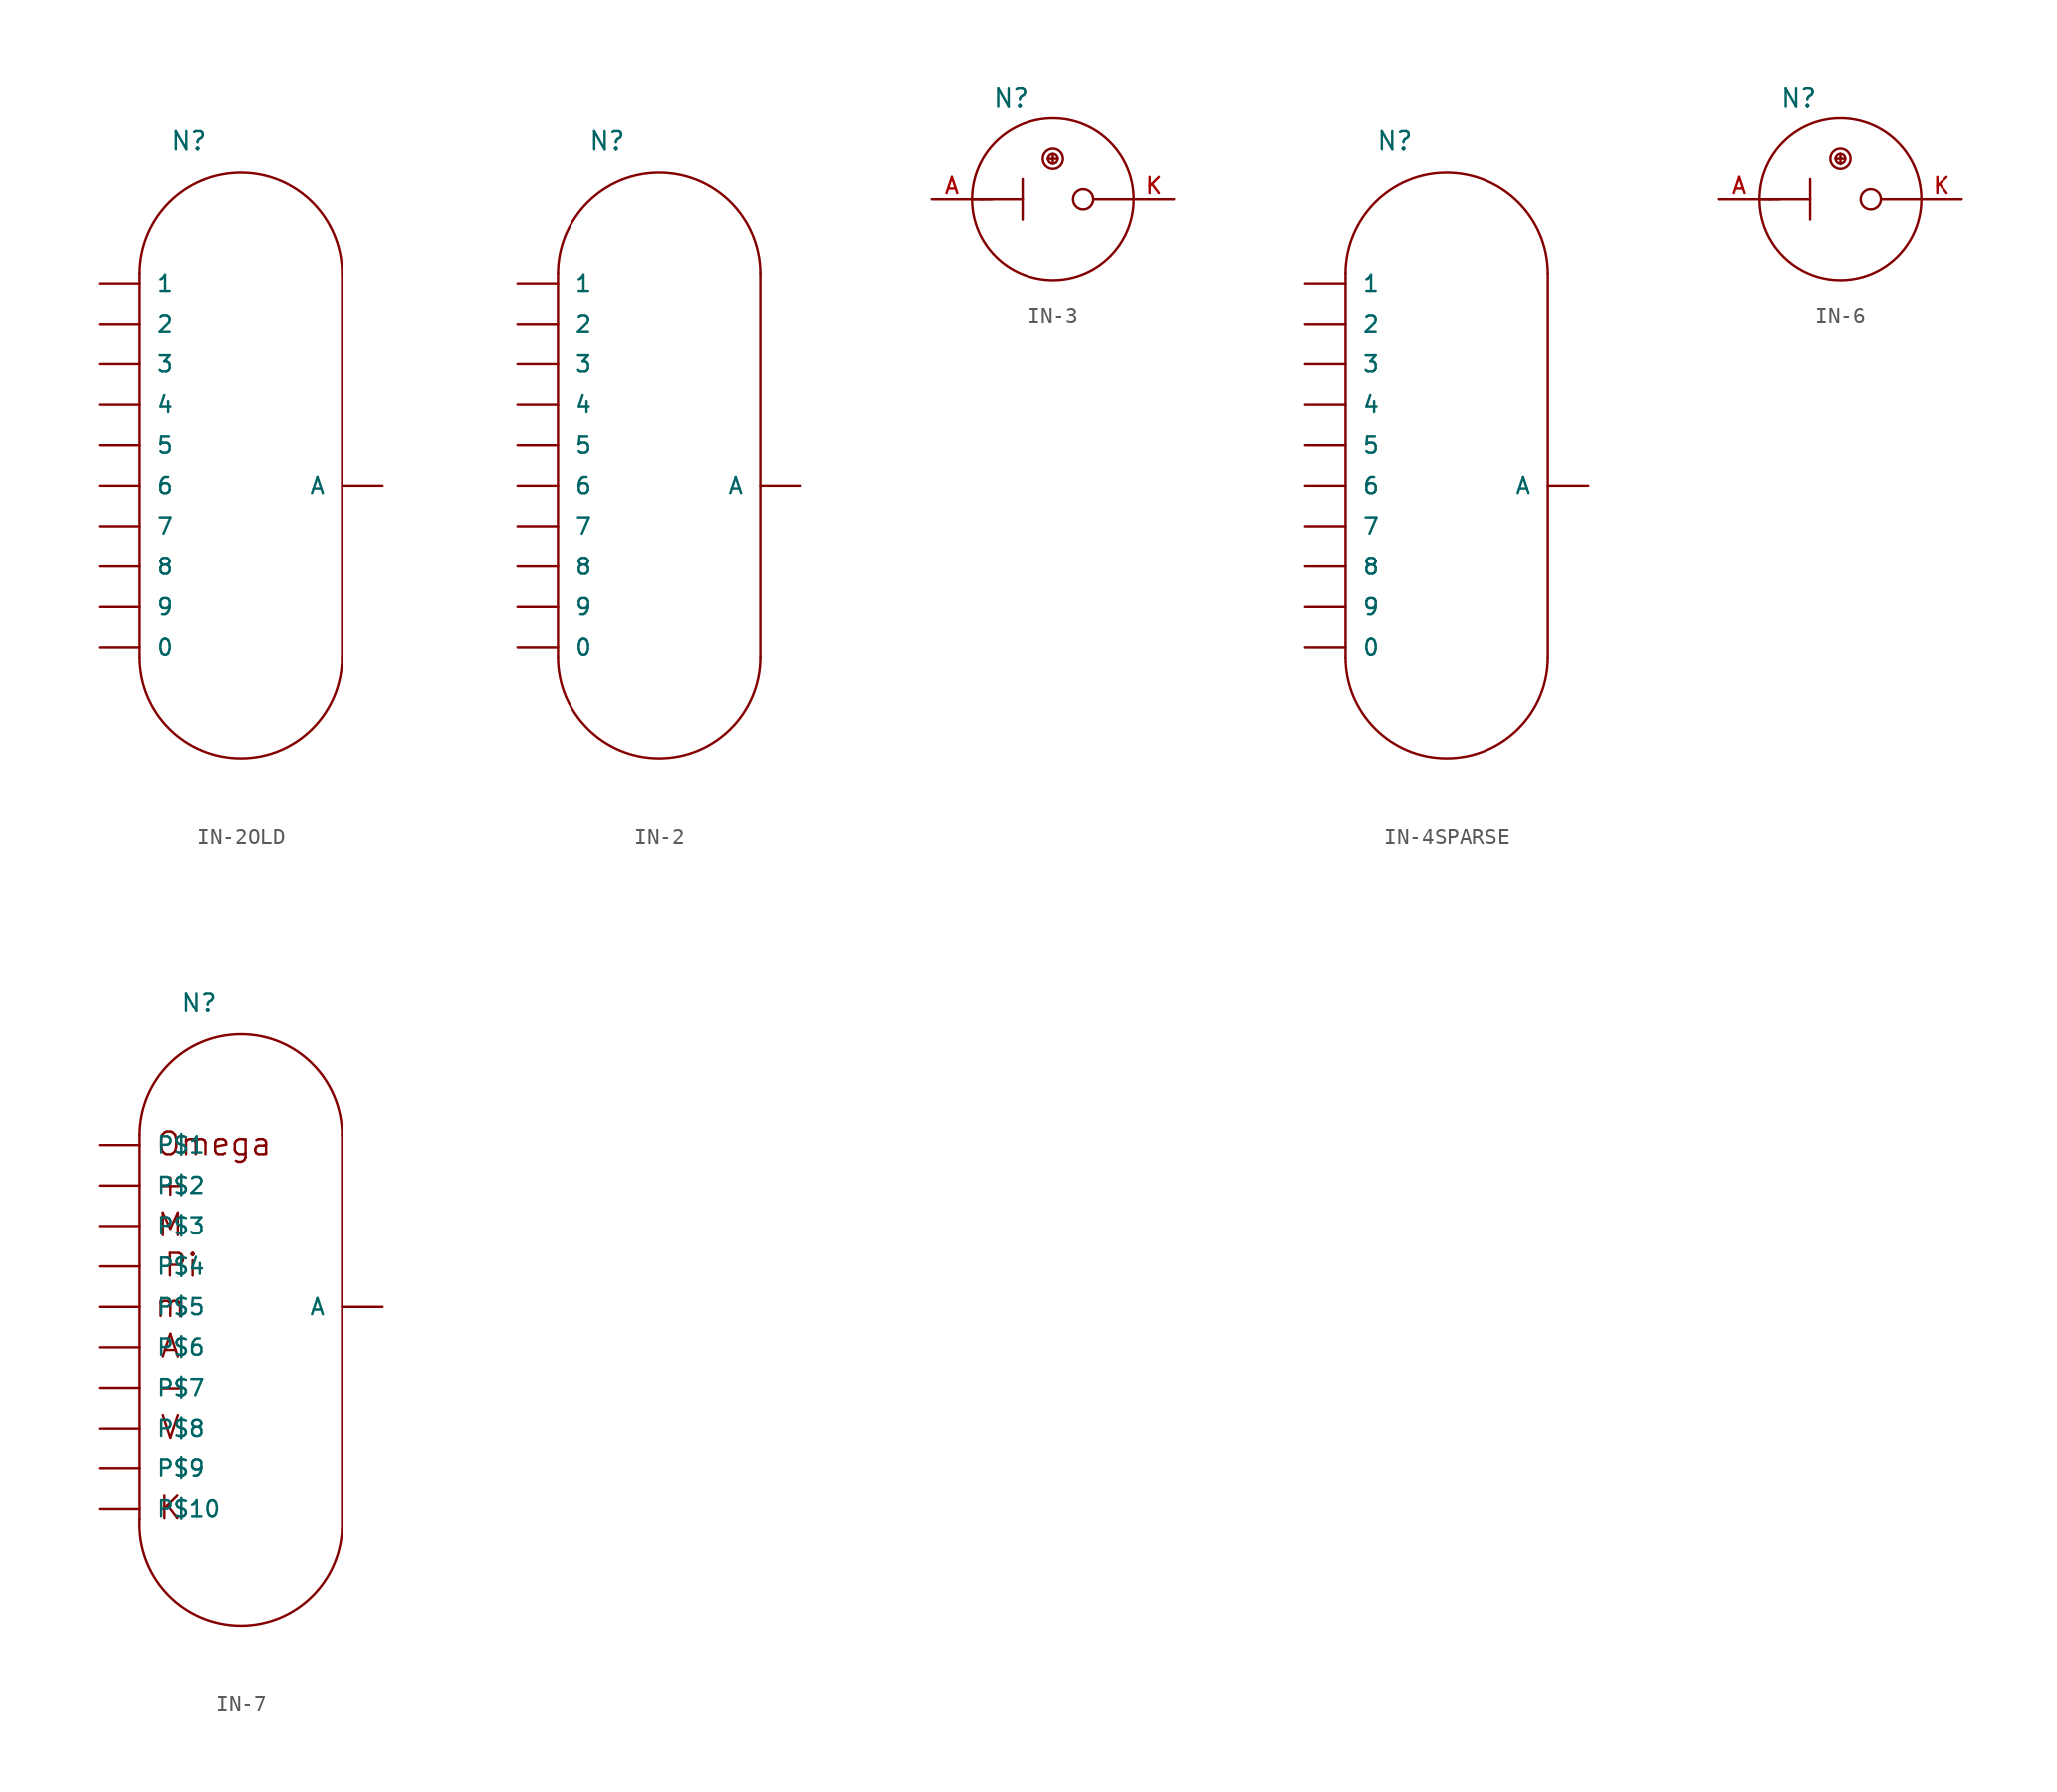
<source format=kicad_sym>
(kicad_symbol_lib
  (version 20211014)
  (generator kicad_symbol_editor)
  (symbol "IN-2OLD"
    (pin_numbers hide)
    (pin_names
      (offset 1.016))
    (property "Reference" "N"
      (at -5.715 20.955 0)
      (effects (font (size 1.143 1.143)) (justify left bottom)))
    (property "ki_locked" ""
      (at 0 0 0)
      (effects (font (size 1.27 1.27))))
    (symbol "IN-2OLD_1_0"
      (polyline (pts (xy -7.62 -10.795) (xy -7.62 13.335)) (stroke (width 0) (type default) (color 0 0 0 0)) (fill (type none)))
      (polyline (pts (xy 5.08 -10.795) (xy 5.08 13.335)) (stroke (width 0) (type default) (color 0 0 0 0)) (fill (type none))))
    (symbol "IN-2OLD_1_1"
      (arc (start -7.62 -10.795) (mid -1.27 -17.145) (end 5.08 -10.795) (stroke (width 0) (type default) (color 0 0 0 0)) (fill (type none)))
      (arc (start 5.08 13.335) (mid -1.27 19.685) (end -7.62 13.335) (stroke (width 0) (type default) (color 0 0 0 0)) (fill (type none)))
      (pin bidirectional line (at -10.16 -10.16 0) (length 2.54) (name "0" (effects (font (size 1.016 1.016)))) (number "0" (effects (font (size 1.016 1.016)))))
      (pin bidirectional line (at -10.16 12.7 0) (length 2.54) (name "1" (effects (font (size 1.016 1.016)))) (number "1" (effects (font (size 1.016 1.016)))))
      (pin bidirectional line (at -10.16 10.16 0) (length 2.54) (name "2" (effects (font (size 1.016 1.016)))) (number "2" (effects (font (size 1.016 1.016)))))
      (pin bidirectional line (at -10.16 7.62 0) (length 2.54) (name "3" (effects (font (size 1.016 1.016)))) (number "3" (effects (font (size 1.016 1.016)))))
      (pin bidirectional line (at -10.16 5.08 0) (length 2.54) (name "4" (effects (font (size 1.016 1.016)))) (number "4" (effects (font (size 1.016 1.016)))))
      (pin bidirectional line (at -10.16 2.54 0) (length 2.54) (name "5" (effects (font (size 1.016 1.016)))) (number "5" (effects (font (size 1.016 1.016)))))
      (pin bidirectional line (at -10.16 0 0) (length 2.54) (name "6" (effects (font (size 1.016 1.016)))) (number "6" (effects (font (size 1.016 1.016)))))
      (pin bidirectional line (at -10.16 -2.54 0) (length 2.54) (name "7" (effects (font (size 1.016 1.016)))) (number "7" (effects (font (size 1.016 1.016)))))
      (pin bidirectional line (at -10.16 -5.08 0) (length 2.54) (name "8" (effects (font (size 1.016 1.016)))) (number "8" (effects (font (size 1.016 1.016)))))
      (pin bidirectional line (at -10.16 -7.62 0) (length 2.54) (name "9" (effects (font (size 1.016 1.016)))) (number "9" (effects (font (size 1.016 1.016)))))
      (pin bidirectional line (at 7.62 0 180) (length 2.54) (name "A" (effects (font (size 1.016 1.016)))) (number "A" (effects (font (size 1.016 1.016)))))))
  (symbol "IN-2"
    (pin_numbers hide)
    (pin_names
      (offset 1.016))
    (property "Reference" "N"
      (at -5.715 20.955 0)
      (effects (font (size 1.143 1.143)) (justify left bottom)))
    (property "ki_locked" ""
      (at 0 0 0)
      (effects (font (size 1.27 1.27))))
    (symbol "IN-2_1_0"
      (polyline (pts (xy -7.62 -10.795) (xy -7.62 13.335)) (stroke (width 0) (type default) (color 0 0 0 0)) (fill (type none)))
      (polyline (pts (xy 5.08 -10.795) (xy 5.08 13.335)) (stroke (width 0) (type default) (color 0 0 0 0)) (fill (type none))))
    (symbol "IN-2_1_1"
      (arc (start -7.62 -10.795) (mid -1.27 -17.145) (end 5.08 -10.795) (stroke (width 0) (type default) (color 0 0 0 0)) (fill (type none)))
      (arc (start 5.08 13.335) (mid -1.27 19.685) (end -7.62 13.335) (stroke (width 0) (type default) (color 0 0 0 0)) (fill (type none)))
      (pin bidirectional line (at -10.16 -10.16 0) (length 2.54) (name "0" (effects (font (size 1.016 1.016)))) (number "0" (effects (font (size 1.016 1.016)))))
      (pin bidirectional line (at -10.16 12.7 0) (length 2.54) (name "1" (effects (font (size 1.016 1.016)))) (number "1" (effects (font (size 1.016 1.016)))))
      (pin bidirectional line (at -10.16 10.16 0) (length 2.54) (name "2" (effects (font (size 1.016 1.016)))) (number "2" (effects (font (size 1.016 1.016)))))
      (pin bidirectional line (at -10.16 7.62 0) (length 2.54) (name "3" (effects (font (size 1.016 1.016)))) (number "3" (effects (font (size 1.016 1.016)))))
      (pin bidirectional line (at -10.16 5.08 0) (length 2.54) (name "4" (effects (font (size 1.016 1.016)))) (number "4" (effects (font (size 1.016 1.016)))))
      (pin bidirectional line (at -10.16 2.54 0) (length 2.54) (name "5" (effects (font (size 1.016 1.016)))) (number "5" (effects (font (size 1.016 1.016)))))
      (pin bidirectional line (at -10.16 0 0) (length 2.54) (name "6" (effects (font (size 1.016 1.016)))) (number "6" (effects (font (size 1.016 1.016)))))
      (pin bidirectional line (at -10.16 -2.54 0) (length 2.54) (name "7" (effects (font (size 1.016 1.016)))) (number "7" (effects (font (size 1.016 1.016)))))
      (pin bidirectional line (at -10.16 -5.08 0) (length 2.54) (name "8" (effects (font (size 1.016 1.016)))) (number "8" (effects (font (size 1.016 1.016)))))
      (pin bidirectional line (at -10.16 -7.62 0) (length 2.54) (name "9" (effects (font (size 1.016 1.016)))) (number "9" (effects (font (size 1.016 1.016)))))
      (pin bidirectional line (at 7.62 0 180) (length 2.54) (name "A" (effects (font (size 1.016 1.016)))) (number "A" (effects (font (size 1.016 1.016)))))))
  (symbol "IN-3"
    (pin_names
      (offset 1.016) hide)
    (property "Reference" "N"
      (at 1.27 3.175 0)
      (effects (font (size 1.143 1.143)) (justify left bottom)))
    (property "ki_locked" ""
      (at 0 0 0)
      (effects (font (size 1.27 1.27))))
    (symbol "IN-3_1_0"
      (polyline (pts (xy 0 -2.54) (xy 0.635 -2.54)) (stroke (width 0) (type default) (color 0 0 0 0)) (fill (type none)))
      (polyline (pts (xy 0.635 -2.54) (xy 0 -2.54)) (stroke (width 0) (type default) (color 0 0 0 0)) (fill (type none)))
      (polyline (pts (xy 0.635 -2.54) (xy 3.175 -2.54)) (stroke (width 0) (type default) (color 0 0 0 0)) (fill (type none)))
      (polyline (pts (xy 1.27 -2.54) (xy 0.635 -2.54)) (stroke (width 0) (type default) (color 0 0 0 0)) (fill (type none)))
      (polyline (pts (xy 3.175 -2.54) (xy 3.175 -3.81)) (stroke (width 0) (type default) (color 0 0 0 0)) (fill (type none)))
      (polyline (pts (xy 3.175 -2.54) (xy 3.175 -1.27)) (stroke (width 0) (type default) (color 0 0 0 0)) (fill (type none)))
      (polyline (pts (xy 4.75 0) (xy 5.08 0)) (stroke (width 0) (type default) (color 0 0 0 0)) (fill (type none)))
      (polyline (pts (xy 5.08 0) (xy 5.08 -0.305)) (stroke (width 0) (type default) (color 0 0 0 0)) (fill (type none)))
      (polyline (pts (xy 5.08 0) (xy 5.08 0.305)) (stroke (width 0) (type default) (color 0 0 0 0)) (fill (type none)))
      (polyline (pts (xy 5.08 0) (xy 5.385 0)) (stroke (width 0) (type default) (color 0 0 0 0)) (fill (type none)))
      (polyline (pts (xy 10.16 -2.54) (xy 7.62 -2.54)) (stroke (width 0) (type default) (color 0 0 0 0)) (fill (type none))))
    (symbol "IN-3_1_1"
      (circle (center 5.08 -2.54) (radius 5.08) (stroke (width 0) (type default) (color 0 0 0 0)) (fill (type none)))
      (circle (center 5.08 0) (radius 0.305) (stroke (width 0) (type default) (color 0 0 0 0)) (fill (type none)))
      (circle (center 5.08 0) (radius 0.635) (stroke (width 0) (type default) (color 0 0 0 0)) (fill (type none)))
      (circle (center 6.985 -2.54) (radius 0.635) (stroke (width 0) (type default) (color 0 0 0 0)) (fill (type none)))
      (pin bidirectional line (at -2.54 -2.54 0) (length 2.54) (name "A" (effects (font (size 1.016 1.016)))) (number "A" (effects (font (size 1.016 1.016)))))
      (pin bidirectional line (at 12.7 -2.54 180) (length 2.54) (name "K" (effects (font (size 1.016 1.016)))) (number "K" (effects (font (size 1.016 1.016)))))))
  (symbol "IN-4SPARSE"
    (pin_numbers hide)
    (pin_names
      (offset 1.016))
    (property "Reference" "N"
      (at -5.715 20.955 0)
      (effects (font (size 1.143 1.143)) (justify left bottom)))
    (property "ki_locked" ""
      (at 0 0 0)
      (effects (font (size 1.27 1.27))))
    (symbol "IN-4SPARSE_1_0"
      (polyline (pts (xy -7.62 -10.795) (xy -7.62 13.335)) (stroke (width 0) (type default) (color 0 0 0 0)) (fill (type none)))
      (polyline (pts (xy 5.08 -10.795) (xy 5.08 13.335)) (stroke (width 0) (type default) (color 0 0 0 0)) (fill (type none))))
    (symbol "IN-4SPARSE_1_1"
      (arc (start -7.62 -10.795) (mid -1.27 -17.145) (end 5.08 -10.795) (stroke (width 0) (type default) (color 0 0 0 0)) (fill (type none)))
      (arc (start 5.08 13.335) (mid -1.27 19.685) (end -7.62 13.335) (stroke (width 0) (type default) (color 0 0 0 0)) (fill (type none)))
      (pin bidirectional line (at -10.16 -10.16 0) (length 2.54) (name "0" (effects (font (size 1.016 1.016)))) (number "0" (effects (font (size 1.016 1.016)))))
      (pin bidirectional line (at -10.16 12.7 0) (length 2.54) (name "1" (effects (font (size 1.016 1.016)))) (number "1" (effects (font (size 1.016 1.016)))))
      (pin bidirectional line (at -10.16 10.16 0) (length 2.54) (name "2" (effects (font (size 1.016 1.016)))) (number "2" (effects (font (size 1.016 1.016)))))
      (pin bidirectional line (at -10.16 7.62 0) (length 2.54) (name "3" (effects (font (size 1.016 1.016)))) (number "3" (effects (font (size 1.016 1.016)))))
      (pin bidirectional line (at -10.16 5.08 0) (length 2.54) (name "4" (effects (font (size 1.016 1.016)))) (number "4" (effects (font (size 1.016 1.016)))))
      (pin bidirectional line (at -10.16 2.54 0) (length 2.54) (name "5" (effects (font (size 1.016 1.016)))) (number "5" (effects (font (size 1.016 1.016)))))
      (pin bidirectional line (at -10.16 0 0) (length 2.54) (name "6" (effects (font (size 1.016 1.016)))) (number "6" (effects (font (size 1.016 1.016)))))
      (pin bidirectional line (at -10.16 -2.54 0) (length 2.54) (name "7" (effects (font (size 1.016 1.016)))) (number "7" (effects (font (size 1.016 1.016)))))
      (pin bidirectional line (at -10.16 -5.08 0) (length 2.54) (name "8" (effects (font (size 1.016 1.016)))) (number "8" (effects (font (size 1.016 1.016)))))
      (pin bidirectional line (at -10.16 -7.62 0) (length 2.54) (name "9" (effects (font (size 1.016 1.016)))) (number "9" (effects (font (size 1.016 1.016)))))
      (pin bidirectional line (at 7.62 0 180) (length 2.54) (name "A" (effects (font (size 1.016 1.016)))) (number "A3" (effects (font (size 1.016 1.016)))))))
  (symbol "IN-6"
    (pin_names
      (offset 1.016) hide)
    (property "Reference" "N"
      (at -3.81 5.715 0)
      (effects (font (size 1.143 1.143)) (justify left bottom)))
    (property "ki_locked" ""
      (at 0 0 0)
      (effects (font (size 1.27 1.27))))
    (symbol "IN-6_1_0"
      (polyline (pts (xy -5.08 0) (xy -4.445 0)) (stroke (width 0) (type default) (color 0 0 0 0)) (fill (type none)))
      (polyline (pts (xy -4.445 0) (xy -5.08 0)) (stroke (width 0) (type default) (color 0 0 0 0)) (fill (type none)))
      (polyline (pts (xy -4.445 0) (xy -1.905 0)) (stroke (width 0) (type default) (color 0 0 0 0)) (fill (type none)))
      (polyline (pts (xy -3.81 0) (xy -4.445 0)) (stroke (width 0) (type default) (color 0 0 0 0)) (fill (type none)))
      (polyline (pts (xy -1.905 0) (xy -1.905 -1.27)) (stroke (width 0) (type default) (color 0 0 0 0)) (fill (type none)))
      (polyline (pts (xy -1.905 0) (xy -1.905 1.27)) (stroke (width 0) (type default) (color 0 0 0 0)) (fill (type none)))
      (polyline (pts (xy -0.305 2.54) (xy 0 2.54)) (stroke (width 0) (type default) (color 0 0 0 0)) (fill (type none)))
      (polyline (pts (xy 0 2.54) (xy 0 2.21)) (stroke (width 0) (type default) (color 0 0 0 0)) (fill (type none)))
      (polyline (pts (xy 0 2.54) (xy 0 2.845)) (stroke (width 0) (type default) (color 0 0 0 0)) (fill (type none)))
      (polyline (pts (xy 0 2.54) (xy 0.305 2.54)) (stroke (width 0) (type default) (color 0 0 0 0)) (fill (type none)))
      (polyline (pts (xy 5.08 0) (xy 2.54 0)) (stroke (width 0) (type default) (color 0 0 0 0)) (fill (type none))))
    (symbol "IN-6_1_1"
      (circle (center 0 0) (radius 5.08) (stroke (width 0) (type default) (color 0 0 0 0)) (fill (type none)))
      (circle (center 0 2.54) (radius 0.305) (stroke (width 0) (type default) (color 0 0 0 0)) (fill (type none)))
      (circle (center 0 2.54) (radius 0.635) (stroke (width 0) (type default) (color 0 0 0 0)) (fill (type none)))
      (circle (center 1.905 0) (radius 0.635) (stroke (width 0) (type default) (color 0 0 0 0)) (fill (type none)))
      (pin bidirectional line (at -7.62 0 0) (length 2.54) (name "A" (effects (font (size 1.016 1.016)))) (number "A" (effects (font (size 1.016 1.016)))))
      (pin bidirectional line (at 7.62 0 180) (length 2.54) (name "K" (effects (font (size 1.016 1.016)))) (number "K" (effects (font (size 1.016 1.016)))))))
  (symbol "IN-7"
    (pin_numbers hide)
    (pin_names
      (offset 1.016))
    (property "Reference" "N"
      (at -2.54 20.955 0)
      (effects (font (size 1.143 1.143)) (justify left bottom)))
    (property "ki_locked" ""
      (at 0 0 0)
      (effects (font (size 1.27 1.27))))
    (symbol "IN-7_1_0"
      (polyline (pts (xy -5.08 -10.795) (xy -5.08 13.335)) (stroke (width 0) (type default) (color 0 0 0 0)) (fill (type none)))
      (polyline (pts (xy 7.62 -11.43) (xy 7.62 13.335)) (stroke (width 0) (type default) (color 0 0 0 0)) (fill (type none)))
      (text "+" (at -3.15 10.236 0) (effects (font (size 1.422 1.422))))
      (text "-" (at -3.15 -2.464 0) (effects (font (size 1.422 1.422))))
      (text "A" (at -3.15 0.076 0) (effects (font (size 1.422 1.422))))
      (text "K" (at -3.15 -10.084 0) (effects (font (size 1.422 1.422))))
      (text "m" (at -3.15 2.616 0) (effects (font (size 1.422 1.422))))
      (text "M" (at -3.15 7.696 0) (effects (font (size 1.422 1.422))))
      (text "Omega" (at -0.406 12.776 0) (effects (font (size 1.422 1.422))))
      (text "Pi" (at -2.464 5.156 0) (effects (font (size 1.422 1.422))))
      (text "V" (at -3.15 -5.004 0) (effects (font (size 1.422 1.422))))
      (text "~" (at -3.15 -7.544 0) (effects (font (size 1.422 1.422)))))
    (symbol "IN-7_1_1"
      (arc (start -5.08 -10.795) (mid 0.9525 -17.4492) (end 7.62 -11.43) (stroke (width 0) (type default) (color 0 0 0 0)) (fill (type none)))
      (arc (start 7.62 13.335) (mid 1.27 19.685) (end -5.08 13.335) (stroke (width 0) (type default) (color 0 0 0 0)) (fill (type none)))
      (pin bidirectional line (at -7.62 -10.16 0) (length 2.54) (name "P$10" (effects (font (size 1.016 1.016)))) (number "0" (effects (font (size 1.016 1.016)))))
      (pin bidirectional line (at -7.62 12.7 0) (length 2.54) (name "P$1" (effects (font (size 1.016 1.016)))) (number "1" (effects (font (size 1.016 1.016)))))
      (pin bidirectional line (at -7.62 -5.08 0) (length 2.54) (name "P$8" (effects (font (size 1.016 1.016)))) (number "3" (effects (font (size 1.016 1.016)))))
      (pin bidirectional line (at 10.16 2.54 180) (length 2.54) (name "A" (effects (font (size 1.016 1.016)))) (number "4" (effects (font (size 1.016 1.016)))))
      (pin bidirectional line (at -7.62 2.54 0) (length 2.54) (name "P$5" (effects (font (size 1.016 1.016)))) (number "6" (effects (font (size 1.016 1.016)))))
      (pin bidirectional line (at -7.62 0 0) (length 2.54) (name "P$6" (effects (font (size 1.016 1.016)))) (number "7" (effects (font (size 1.016 1.016)))))
      (pin bidirectional line (at -7.62 7.62 0) (length 2.54) (name "P$3" (effects (font (size 1.016 1.016)))) (number "8" (effects (font (size 1.016 1.016)))))
      (pin bidirectional line (at -7.62 -2.54 0) (length 2.54) (name "P$7" (effects (font (size 1.016 1.016)))) (number "9" (effects (font (size 1.016 1.016)))))
      (pin bidirectional line (at -7.62 10.16 0) (length 2.54) (name "P$2" (effects (font (size 1.016 1.016)))) (number "A" (effects (font (size 1.016 1.016)))))
      (pin bidirectional line (at -7.62 -7.62 0) (length 2.54) (name "P$9" (effects (font (size 1.016 1.016)))) (number "A2" (effects (font (size 1.016 1.016)))))
      (pin bidirectional line (at -7.62 5.08 0) (length 2.54) (name "P$4" (effects (font (size 1.016 1.016)))) (number "N/C" (effects (font (size 1.016 1.016))))))))
</source>
